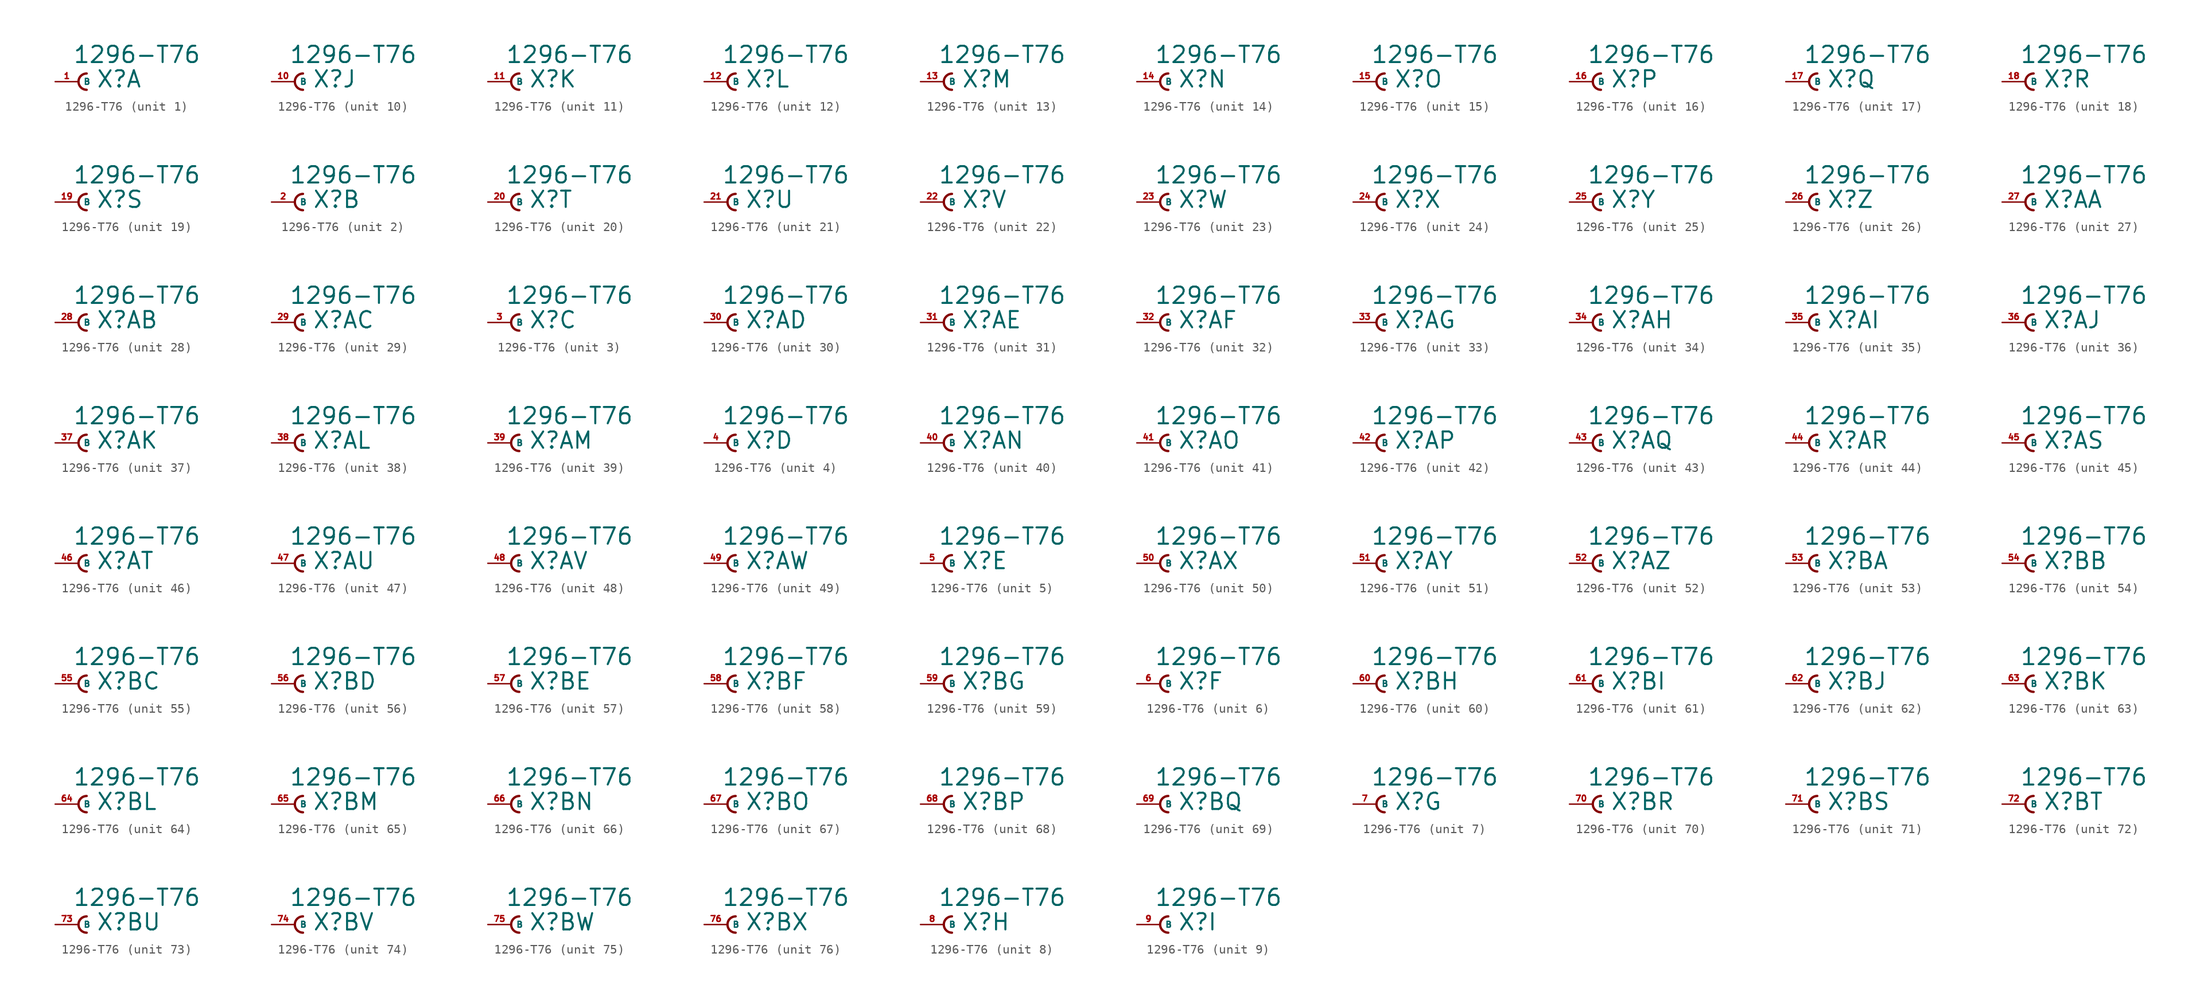
<source format=kicad_sym>
(kicad_symbol_lib
  (version 20220914)
  (generator Eagle2Kicad)
  (symbol "1296-T76"
    (property "Reference" "X"
      (at 1.905 -0.762 0)
      (effects (font (size 1.778 1.778) (thickness 0.22)) (justify left bottom)))
    (property "Value" "1296-T76"
      (at -0.635 1.905 0)
      (effects (font (size 1.778 1.778) (thickness 0.22)) (justify left bottom)))
    (symbol "1296-T76_1_0"
      (arc (start 0.889 0.889) (mid 0.000 0.000) (end 0.889 -0.889) (stroke (width 0.254) (type default)) (fill (type none)))
      (pin passive line (at -2.54 0 0) (length 2.54) (name "B" (effects (font (size 0.635 0.635) (thickness 0.08)) (justify left bottom))) (number "1" (effects (font (size 0.635 0.635) (thickness 0.08)) (justify left bottom)))))
    (symbol "1296-T76_2_0"
      (arc (start 0.889 0.889) (mid 0.000 0.000) (end 0.889 -0.889) (stroke (width 0.254) (type default)) (fill (type none)))
      (pin passive line (at -2.54 0 0) (length 2.54) (name "B" (effects (font (size 0.635 0.635) (thickness 0.08)) (justify left bottom))) (number "2" (effects (font (size 0.635 0.635) (thickness 0.08)) (justify left bottom)))))
    (symbol "1296-T76_3_0"
      (arc (start 0.889 0.889) (mid 0.000 0.000) (end 0.889 -0.889) (stroke (width 0.254) (type default)) (fill (type none)))
      (pin passive line (at -2.54 0 0) (length 2.54) (name "B" (effects (font (size 0.635 0.635) (thickness 0.08)) (justify left bottom))) (number "3" (effects (font (size 0.635 0.635) (thickness 0.08)) (justify left bottom)))))
    (symbol "1296-T76_4_0"
      (arc (start 0.889 0.889) (mid 0.000 0.000) (end 0.889 -0.889) (stroke (width 0.254) (type default)) (fill (type none)))
      (pin passive line (at -2.54 0 0) (length 2.54) (name "B" (effects (font (size 0.635 0.635) (thickness 0.08)) (justify left bottom))) (number "4" (effects (font (size 0.635 0.635) (thickness 0.08)) (justify left bottom)))))
    (symbol "1296-T76_5_0"
      (arc (start 0.889 0.889) (mid 0.000 0.000) (end 0.889 -0.889) (stroke (width 0.254) (type default)) (fill (type none)))
      (pin passive line (at -2.54 0 0) (length 2.54) (name "B" (effects (font (size 0.635 0.635) (thickness 0.08)) (justify left bottom))) (number "5" (effects (font (size 0.635 0.635) (thickness 0.08)) (justify left bottom)))))
    (symbol "1296-T76_6_0"
      (arc (start 0.889 0.889) (mid 0.000 0.000) (end 0.889 -0.889) (stroke (width 0.254) (type default)) (fill (type none)))
      (pin passive line (at -2.54 0 0) (length 2.54) (name "B" (effects (font (size 0.635 0.635) (thickness 0.08)) (justify left bottom))) (number "6" (effects (font (size 0.635 0.635) (thickness 0.08)) (justify left bottom)))))
    (symbol "1296-T76_7_0"
      (arc (start 0.889 0.889) (mid 0.000 0.000) (end 0.889 -0.889) (stroke (width 0.254) (type default)) (fill (type none)))
      (pin passive line (at -2.54 0 0) (length 2.54) (name "B" (effects (font (size 0.635 0.635) (thickness 0.08)) (justify left bottom))) (number "7" (effects (font (size 0.635 0.635) (thickness 0.08)) (justify left bottom)))))
    (symbol "1296-T76_8_0"
      (arc (start 0.889 0.889) (mid 0.000 0.000) (end 0.889 -0.889) (stroke (width 0.254) (type default)) (fill (type none)))
      (pin passive line (at -2.54 0 0) (length 2.54) (name "B" (effects (font (size 0.635 0.635) (thickness 0.08)) (justify left bottom))) (number "8" (effects (font (size 0.635 0.635) (thickness 0.08)) (justify left bottom)))))
    (symbol "1296-T76_9_0"
      (arc (start 0.889 0.889) (mid 0.000 0.000) (end 0.889 -0.889) (stroke (width 0.254) (type default)) (fill (type none)))
      (pin passive line (at -2.54 0 0) (length 2.54) (name "B" (effects (font (size 0.635 0.635) (thickness 0.08)) (justify left bottom))) (number "9" (effects (font (size 0.635 0.635) (thickness 0.08)) (justify left bottom)))))
    (symbol "1296-T76_10_0"
      (arc (start 0.889 0.889) (mid 0.000 0.000) (end 0.889 -0.889) (stroke (width 0.254) (type default)) (fill (type none)))
      (pin passive line (at -2.54 0 0) (length 2.54) (name "B" (effects (font (size 0.635 0.635) (thickness 0.08)) (justify left bottom))) (number "10" (effects (font (size 0.635 0.635) (thickness 0.08)) (justify left bottom)))))
    (symbol "1296-T76_11_0"
      (arc (start 0.889 0.889) (mid 0.000 0.000) (end 0.889 -0.889) (stroke (width 0.254) (type default)) (fill (type none)))
      (pin passive line (at -2.54 0 0) (length 2.54) (name "B" (effects (font (size 0.635 0.635) (thickness 0.08)) (justify left bottom))) (number "11" (effects (font (size 0.635 0.635) (thickness 0.08)) (justify left bottom)))))
    (symbol "1296-T76_12_0"
      (arc (start 0.889 0.889) (mid 0.000 0.000) (end 0.889 -0.889) (stroke (width 0.254) (type default)) (fill (type none)))
      (pin passive line (at -2.54 0 0) (length 2.54) (name "B" (effects (font (size 0.635 0.635) (thickness 0.08)) (justify left bottom))) (number "12" (effects (font (size 0.635 0.635) (thickness 0.08)) (justify left bottom)))))
    (symbol "1296-T76_13_0"
      (arc (start 0.889 0.889) (mid 0.000 0.000) (end 0.889 -0.889) (stroke (width 0.254) (type default)) (fill (type none)))
      (pin passive line (at -2.54 0 0) (length 2.54) (name "B" (effects (font (size 0.635 0.635) (thickness 0.08)) (justify left bottom))) (number "13" (effects (font (size 0.635 0.635) (thickness 0.08)) (justify left bottom)))))
    (symbol "1296-T76_14_0"
      (arc (start 0.889 0.889) (mid 0.000 0.000) (end 0.889 -0.889) (stroke (width 0.254) (type default)) (fill (type none)))
      (pin passive line (at -2.54 0 0) (length 2.54) (name "B" (effects (font (size 0.635 0.635) (thickness 0.08)) (justify left bottom))) (number "14" (effects (font (size 0.635 0.635) (thickness 0.08)) (justify left bottom)))))
    (symbol "1296-T76_15_0"
      (arc (start 0.889 0.889) (mid 0.000 0.000) (end 0.889 -0.889) (stroke (width 0.254) (type default)) (fill (type none)))
      (pin passive line (at -2.54 0 0) (length 2.54) (name "B" (effects (font (size 0.635 0.635) (thickness 0.08)) (justify left bottom))) (number "15" (effects (font (size 0.635 0.635) (thickness 0.08)) (justify left bottom)))))
    (symbol "1296-T76_16_0"
      (arc (start 0.889 0.889) (mid 0.000 0.000) (end 0.889 -0.889) (stroke (width 0.254) (type default)) (fill (type none)))
      (pin passive line (at -2.54 0 0) (length 2.54) (name "B" (effects (font (size 0.635 0.635) (thickness 0.08)) (justify left bottom))) (number "16" (effects (font (size 0.635 0.635) (thickness 0.08)) (justify left bottom)))))
    (symbol "1296-T76_17_0"
      (arc (start 0.889 0.889) (mid 0.000 0.000) (end 0.889 -0.889) (stroke (width 0.254) (type default)) (fill (type none)))
      (pin passive line (at -2.54 0 0) (length 2.54) (name "B" (effects (font (size 0.635 0.635) (thickness 0.08)) (justify left bottom))) (number "17" (effects (font (size 0.635 0.635) (thickness 0.08)) (justify left bottom)))))
    (symbol "1296-T76_18_0"
      (arc (start 0.889 0.889) (mid 0.000 0.000) (end 0.889 -0.889) (stroke (width 0.254) (type default)) (fill (type none)))
      (pin passive line (at -2.54 0 0) (length 2.54) (name "B" (effects (font (size 0.635 0.635) (thickness 0.08)) (justify left bottom))) (number "18" (effects (font (size 0.635 0.635) (thickness 0.08)) (justify left bottom)))))
    (symbol "1296-T76_19_0"
      (arc (start 0.889 0.889) (mid 0.000 0.000) (end 0.889 -0.889) (stroke (width 0.254) (type default)) (fill (type none)))
      (pin passive line (at -2.54 0 0) (length 2.54) (name "B" (effects (font (size 0.635 0.635) (thickness 0.08)) (justify left bottom))) (number "19" (effects (font (size 0.635 0.635) (thickness 0.08)) (justify left bottom)))))
    (symbol "1296-T76_20_0"
      (arc (start 0.889 0.889) (mid 0.000 0.000) (end 0.889 -0.889) (stroke (width 0.254) (type default)) (fill (type none)))
      (pin passive line (at -2.54 0 0) (length 2.54) (name "B" (effects (font (size 0.635 0.635) (thickness 0.08)) (justify left bottom))) (number "20" (effects (font (size 0.635 0.635) (thickness 0.08)) (justify left bottom)))))
    (symbol "1296-T76_21_0"
      (arc (start 0.889 0.889) (mid 0.000 0.000) (end 0.889 -0.889) (stroke (width 0.254) (type default)) (fill (type none)))
      (pin passive line (at -2.54 0 0) (length 2.54) (name "B" (effects (font (size 0.635 0.635) (thickness 0.08)) (justify left bottom))) (number "21" (effects (font (size 0.635 0.635) (thickness 0.08)) (justify left bottom)))))
    (symbol "1296-T76_22_0"
      (arc (start 0.889 0.889) (mid 0.000 0.000) (end 0.889 -0.889) (stroke (width 0.254) (type default)) (fill (type none)))
      (pin passive line (at -2.54 0 0) (length 2.54) (name "B" (effects (font (size 0.635 0.635) (thickness 0.08)) (justify left bottom))) (number "22" (effects (font (size 0.635 0.635) (thickness 0.08)) (justify left bottom)))))
    (symbol "1296-T76_23_0"
      (arc (start 0.889 0.889) (mid 0.000 0.000) (end 0.889 -0.889) (stroke (width 0.254) (type default)) (fill (type none)))
      (pin passive line (at -2.54 0 0) (length 2.54) (name "B" (effects (font (size 0.635 0.635) (thickness 0.08)) (justify left bottom))) (number "23" (effects (font (size 0.635 0.635) (thickness 0.08)) (justify left bottom)))))
    (symbol "1296-T76_24_0"
      (arc (start 0.889 0.889) (mid 0.000 0.000) (end 0.889 -0.889) (stroke (width 0.254) (type default)) (fill (type none)))
      (pin passive line (at -2.54 0 0) (length 2.54) (name "B" (effects (font (size 0.635 0.635) (thickness 0.08)) (justify left bottom))) (number "24" (effects (font (size 0.635 0.635) (thickness 0.08)) (justify left bottom)))))
    (symbol "1296-T76_25_0"
      (arc (start 0.889 0.889) (mid 0.000 0.000) (end 0.889 -0.889) (stroke (width 0.254) (type default)) (fill (type none)))
      (pin passive line (at -2.54 0 0) (length 2.54) (name "B" (effects (font (size 0.635 0.635) (thickness 0.08)) (justify left bottom))) (number "25" (effects (font (size 0.635 0.635) (thickness 0.08)) (justify left bottom)))))
    (symbol "1296-T76_26_0"
      (arc (start 0.889 0.889) (mid 0.000 0.000) (end 0.889 -0.889) (stroke (width 0.254) (type default)) (fill (type none)))
      (pin passive line (at -2.54 0 0) (length 2.54) (name "B" (effects (font (size 0.635 0.635) (thickness 0.08)) (justify left bottom))) (number "26" (effects (font (size 0.635 0.635) (thickness 0.08)) (justify left bottom)))))
    (symbol "1296-T76_27_0"
      (arc (start 0.889 0.889) (mid 0.000 0.000) (end 0.889 -0.889) (stroke (width 0.254) (type default)) (fill (type none)))
      (pin passive line (at -2.54 0 0) (length 2.54) (name "B" (effects (font (size 0.635 0.635) (thickness 0.08)) (justify left bottom))) (number "27" (effects (font (size 0.635 0.635) (thickness 0.08)) (justify left bottom)))))
    (symbol "1296-T76_28_0"
      (arc (start 0.889 0.889) (mid 0.000 0.000) (end 0.889 -0.889) (stroke (width 0.254) (type default)) (fill (type none)))
      (pin passive line (at -2.54 0 0) (length 2.54) (name "B" (effects (font (size 0.635 0.635) (thickness 0.08)) (justify left bottom))) (number "28" (effects (font (size 0.635 0.635) (thickness 0.08)) (justify left bottom)))))
    (symbol "1296-T76_29_0"
      (arc (start 0.889 0.889) (mid 0.000 0.000) (end 0.889 -0.889) (stroke (width 0.254) (type default)) (fill (type none)))
      (pin passive line (at -2.54 0 0) (length 2.54) (name "B" (effects (font (size 0.635 0.635) (thickness 0.08)) (justify left bottom))) (number "29" (effects (font (size 0.635 0.635) (thickness 0.08)) (justify left bottom)))))
    (symbol "1296-T76_30_0"
      (arc (start 0.889 0.889) (mid 0.000 0.000) (end 0.889 -0.889) (stroke (width 0.254) (type default)) (fill (type none)))
      (pin passive line (at -2.54 0 0) (length 2.54) (name "B" (effects (font (size 0.635 0.635) (thickness 0.08)) (justify left bottom))) (number "30" (effects (font (size 0.635 0.635) (thickness 0.08)) (justify left bottom)))))
    (symbol "1296-T76_31_0"
      (arc (start 0.889 0.889) (mid 0.000 0.000) (end 0.889 -0.889) (stroke (width 0.254) (type default)) (fill (type none)))
      (pin passive line (at -2.54 0 0) (length 2.54) (name "B" (effects (font (size 0.635 0.635) (thickness 0.08)) (justify left bottom))) (number "31" (effects (font (size 0.635 0.635) (thickness 0.08)) (justify left bottom)))))
    (symbol "1296-T76_32_0"
      (arc (start 0.889 0.889) (mid 0.000 0.000) (end 0.889 -0.889) (stroke (width 0.254) (type default)) (fill (type none)))
      (pin passive line (at -2.54 0 0) (length 2.54) (name "B" (effects (font (size 0.635 0.635) (thickness 0.08)) (justify left bottom))) (number "32" (effects (font (size 0.635 0.635) (thickness 0.08)) (justify left bottom)))))
    (symbol "1296-T76_33_0"
      (arc (start 0.889 0.889) (mid 0.000 0.000) (end 0.889 -0.889) (stroke (width 0.254) (type default)) (fill (type none)))
      (pin passive line (at -2.54 0 0) (length 2.54) (name "B" (effects (font (size 0.635 0.635) (thickness 0.08)) (justify left bottom))) (number "33" (effects (font (size 0.635 0.635) (thickness 0.08)) (justify left bottom)))))
    (symbol "1296-T76_34_0"
      (arc (start 0.889 0.889) (mid 0.000 0.000) (end 0.889 -0.889) (stroke (width 0.254) (type default)) (fill (type none)))
      (pin passive line (at -2.54 0 0) (length 2.54) (name "B" (effects (font (size 0.635 0.635) (thickness 0.08)) (justify left bottom))) (number "34" (effects (font (size 0.635 0.635) (thickness 0.08)) (justify left bottom)))))
    (symbol "1296-T76_35_0"
      (arc (start 0.889 0.889) (mid 0.000 0.000) (end 0.889 -0.889) (stroke (width 0.254) (type default)) (fill (type none)))
      (pin passive line (at -2.54 0 0) (length 2.54) (name "B" (effects (font (size 0.635 0.635) (thickness 0.08)) (justify left bottom))) (number "35" (effects (font (size 0.635 0.635) (thickness 0.08)) (justify left bottom)))))
    (symbol "1296-T76_36_0"
      (arc (start 0.889 0.889) (mid 0.000 0.000) (end 0.889 -0.889) (stroke (width 0.254) (type default)) (fill (type none)))
      (pin passive line (at -2.54 0 0) (length 2.54) (name "B" (effects (font (size 0.635 0.635) (thickness 0.08)) (justify left bottom))) (number "36" (effects (font (size 0.635 0.635) (thickness 0.08)) (justify left bottom)))))
    (symbol "1296-T76_37_0"
      (arc (start 0.889 0.889) (mid 0.000 0.000) (end 0.889 -0.889) (stroke (width 0.254) (type default)) (fill (type none)))
      (pin passive line (at -2.54 0 0) (length 2.54) (name "B" (effects (font (size 0.635 0.635) (thickness 0.08)) (justify left bottom))) (number "37" (effects (font (size 0.635 0.635) (thickness 0.08)) (justify left bottom)))))
    (symbol "1296-T76_38_0"
      (arc (start 0.889 0.889) (mid 0.000 0.000) (end 0.889 -0.889) (stroke (width 0.254) (type default)) (fill (type none)))
      (pin passive line (at -2.54 0 0) (length 2.54) (name "B" (effects (font (size 0.635 0.635) (thickness 0.08)) (justify left bottom))) (number "38" (effects (font (size 0.635 0.635) (thickness 0.08)) (justify left bottom)))))
    (symbol "1296-T76_39_0"
      (arc (start 0.889 0.889) (mid 0.000 0.000) (end 0.889 -0.889) (stroke (width 0.254) (type default)) (fill (type none)))
      (pin passive line (at -2.54 0 0) (length 2.54) (name "B" (effects (font (size 0.635 0.635) (thickness 0.08)) (justify left bottom))) (number "39" (effects (font (size 0.635 0.635) (thickness 0.08)) (justify left bottom)))))
    (symbol "1296-T76_40_0"
      (arc (start 0.889 0.889) (mid 0.000 0.000) (end 0.889 -0.889) (stroke (width 0.254) (type default)) (fill (type none)))
      (pin passive line (at -2.54 0 0) (length 2.54) (name "B" (effects (font (size 0.635 0.635) (thickness 0.08)) (justify left bottom))) (number "40" (effects (font (size 0.635 0.635) (thickness 0.08)) (justify left bottom)))))
    (symbol "1296-T76_41_0"
      (arc (start 0.889 0.889) (mid 0.000 0.000) (end 0.889 -0.889) (stroke (width 0.254) (type default)) (fill (type none)))
      (pin passive line (at -2.54 0 0) (length 2.54) (name "B" (effects (font (size 0.635 0.635) (thickness 0.08)) (justify left bottom))) (number "41" (effects (font (size 0.635 0.635) (thickness 0.08)) (justify left bottom)))))
    (symbol "1296-T76_42_0"
      (arc (start 0.889 0.889) (mid 0.000 0.000) (end 0.889 -0.889) (stroke (width 0.254) (type default)) (fill (type none)))
      (pin passive line (at -2.54 0 0) (length 2.54) (name "B" (effects (font (size 0.635 0.635) (thickness 0.08)) (justify left bottom))) (number "42" (effects (font (size 0.635 0.635) (thickness 0.08)) (justify left bottom)))))
    (symbol "1296-T76_43_0"
      (arc (start 0.889 0.889) (mid 0.000 0.000) (end 0.889 -0.889) (stroke (width 0.254) (type default)) (fill (type none)))
      (pin passive line (at -2.54 0 0) (length 2.54) (name "B" (effects (font (size 0.635 0.635) (thickness 0.08)) (justify left bottom))) (number "43" (effects (font (size 0.635 0.635) (thickness 0.08)) (justify left bottom)))))
    (symbol "1296-T76_44_0"
      (arc (start 0.889 0.889) (mid 0.000 0.000) (end 0.889 -0.889) (stroke (width 0.254) (type default)) (fill (type none)))
      (pin passive line (at -2.54 0 0) (length 2.54) (name "B" (effects (font (size 0.635 0.635) (thickness 0.08)) (justify left bottom))) (number "44" (effects (font (size 0.635 0.635) (thickness 0.08)) (justify left bottom)))))
    (symbol "1296-T76_45_0"
      (arc (start 0.889 0.889) (mid 0.000 0.000) (end 0.889 -0.889) (stroke (width 0.254) (type default)) (fill (type none)))
      (pin passive line (at -2.54 0 0) (length 2.54) (name "B" (effects (font (size 0.635 0.635) (thickness 0.08)) (justify left bottom))) (number "45" (effects (font (size 0.635 0.635) (thickness 0.08)) (justify left bottom)))))
    (symbol "1296-T76_46_0"
      (arc (start 0.889 0.889) (mid 0.000 0.000) (end 0.889 -0.889) (stroke (width 0.254) (type default)) (fill (type none)))
      (pin passive line (at -2.54 0 0) (length 2.54) (name "B" (effects (font (size 0.635 0.635) (thickness 0.08)) (justify left bottom))) (number "46" (effects (font (size 0.635 0.635) (thickness 0.08)) (justify left bottom)))))
    (symbol "1296-T76_47_0"
      (arc (start 0.889 0.889) (mid 0.000 0.000) (end 0.889 -0.889) (stroke (width 0.254) (type default)) (fill (type none)))
      (pin passive line (at -2.54 0 0) (length 2.54) (name "B" (effects (font (size 0.635 0.635) (thickness 0.08)) (justify left bottom))) (number "47" (effects (font (size 0.635 0.635) (thickness 0.08)) (justify left bottom)))))
    (symbol "1296-T76_48_0"
      (arc (start 0.889 0.889) (mid 0.000 0.000) (end 0.889 -0.889) (stroke (width 0.254) (type default)) (fill (type none)))
      (pin passive line (at -2.54 0 0) (length 2.54) (name "B" (effects (font (size 0.635 0.635) (thickness 0.08)) (justify left bottom))) (number "48" (effects (font (size 0.635 0.635) (thickness 0.08)) (justify left bottom)))))
    (symbol "1296-T76_49_0"
      (arc (start 0.889 0.889) (mid 0.000 0.000) (end 0.889 -0.889) (stroke (width 0.254) (type default)) (fill (type none)))
      (pin passive line (at -2.54 0 0) (length 2.54) (name "B" (effects (font (size 0.635 0.635) (thickness 0.08)) (justify left bottom))) (number "49" (effects (font (size 0.635 0.635) (thickness 0.08)) (justify left bottom)))))
    (symbol "1296-T76_50_0"
      (arc (start 0.889 0.889) (mid 0.000 0.000) (end 0.889 -0.889) (stroke (width 0.254) (type default)) (fill (type none)))
      (pin passive line (at -2.54 0 0) (length 2.54) (name "B" (effects (font (size 0.635 0.635) (thickness 0.08)) (justify left bottom))) (number "50" (effects (font (size 0.635 0.635) (thickness 0.08)) (justify left bottom)))))
    (symbol "1296-T76_51_0"
      (arc (start 0.889 0.889) (mid 0.000 0.000) (end 0.889 -0.889) (stroke (width 0.254) (type default)) (fill (type none)))
      (pin passive line (at -2.54 0 0) (length 2.54) (name "B" (effects (font (size 0.635 0.635) (thickness 0.08)) (justify left bottom))) (number "51" (effects (font (size 0.635 0.635) (thickness 0.08)) (justify left bottom)))))
    (symbol "1296-T76_52_0"
      (arc (start 0.889 0.889) (mid 0.000 0.000) (end 0.889 -0.889) (stroke (width 0.254) (type default)) (fill (type none)))
      (pin passive line (at -2.54 0 0) (length 2.54) (name "B" (effects (font (size 0.635 0.635) (thickness 0.08)) (justify left bottom))) (number "52" (effects (font (size 0.635 0.635) (thickness 0.08)) (justify left bottom)))))
    (symbol "1296-T76_53_0"
      (arc (start 0.889 0.889) (mid 0.000 0.000) (end 0.889 -0.889) (stroke (width 0.254) (type default)) (fill (type none)))
      (pin passive line (at -2.54 0 0) (length 2.54) (name "B" (effects (font (size 0.635 0.635) (thickness 0.08)) (justify left bottom))) (number "53" (effects (font (size 0.635 0.635) (thickness 0.08)) (justify left bottom)))))
    (symbol "1296-T76_54_0"
      (arc (start 0.889 0.889) (mid 0.000 0.000) (end 0.889 -0.889) (stroke (width 0.254) (type default)) (fill (type none)))
      (pin passive line (at -2.54 0 0) (length 2.54) (name "B" (effects (font (size 0.635 0.635) (thickness 0.08)) (justify left bottom))) (number "54" (effects (font (size 0.635 0.635) (thickness 0.08)) (justify left bottom)))))
    (symbol "1296-T76_55_0"
      (arc (start 0.889 0.889) (mid 0.000 0.000) (end 0.889 -0.889) (stroke (width 0.254) (type default)) (fill (type none)))
      (pin passive line (at -2.54 0 0) (length 2.54) (name "B" (effects (font (size 0.635 0.635) (thickness 0.08)) (justify left bottom))) (number "55" (effects (font (size 0.635 0.635) (thickness 0.08)) (justify left bottom)))))
    (symbol "1296-T76_56_0"
      (arc (start 0.889 0.889) (mid 0.000 0.000) (end 0.889 -0.889) (stroke (width 0.254) (type default)) (fill (type none)))
      (pin passive line (at -2.54 0 0) (length 2.54) (name "B" (effects (font (size 0.635 0.635) (thickness 0.08)) (justify left bottom))) (number "56" (effects (font (size 0.635 0.635) (thickness 0.08)) (justify left bottom)))))
    (symbol "1296-T76_57_0"
      (arc (start 0.889 0.889) (mid 0.000 0.000) (end 0.889 -0.889) (stroke (width 0.254) (type default)) (fill (type none)))
      (pin passive line (at -2.54 0 0) (length 2.54) (name "B" (effects (font (size 0.635 0.635) (thickness 0.08)) (justify left bottom))) (number "57" (effects (font (size 0.635 0.635) (thickness 0.08)) (justify left bottom)))))
    (symbol "1296-T76_58_0"
      (arc (start 0.889 0.889) (mid 0.000 0.000) (end 0.889 -0.889) (stroke (width 0.254) (type default)) (fill (type none)))
      (pin passive line (at -2.54 0 0) (length 2.54) (name "B" (effects (font (size 0.635 0.635) (thickness 0.08)) (justify left bottom))) (number "58" (effects (font (size 0.635 0.635) (thickness 0.08)) (justify left bottom)))))
    (symbol "1296-T76_59_0"
      (arc (start 0.889 0.889) (mid 0.000 0.000) (end 0.889 -0.889) (stroke (width 0.254) (type default)) (fill (type none)))
      (pin passive line (at -2.54 0 0) (length 2.54) (name "B" (effects (font (size 0.635 0.635) (thickness 0.08)) (justify left bottom))) (number "59" (effects (font (size 0.635 0.635) (thickness 0.08)) (justify left bottom)))))
    (symbol "1296-T76_60_0"
      (arc (start 0.889 0.889) (mid 0.000 0.000) (end 0.889 -0.889) (stroke (width 0.254) (type default)) (fill (type none)))
      (pin passive line (at -2.54 0 0) (length 2.54) (name "B" (effects (font (size 0.635 0.635) (thickness 0.08)) (justify left bottom))) (number "60" (effects (font (size 0.635 0.635) (thickness 0.08)) (justify left bottom)))))
    (symbol "1296-T76_61_0"
      (arc (start 0.889 0.889) (mid 0.000 0.000) (end 0.889 -0.889) (stroke (width 0.254) (type default)) (fill (type none)))
      (pin passive line (at -2.54 0 0) (length 2.54) (name "B" (effects (font (size 0.635 0.635) (thickness 0.08)) (justify left bottom))) (number "61" (effects (font (size 0.635 0.635) (thickness 0.08)) (justify left bottom)))))
    (symbol "1296-T76_62_0"
      (arc (start 0.889 0.889) (mid 0.000 0.000) (end 0.889 -0.889) (stroke (width 0.254) (type default)) (fill (type none)))
      (pin passive line (at -2.54 0 0) (length 2.54) (name "B" (effects (font (size 0.635 0.635) (thickness 0.08)) (justify left bottom))) (number "62" (effects (font (size 0.635 0.635) (thickness 0.08)) (justify left bottom)))))
    (symbol "1296-T76_63_0"
      (arc (start 0.889 0.889) (mid 0.000 0.000) (end 0.889 -0.889) (stroke (width 0.254) (type default)) (fill (type none)))
      (pin passive line (at -2.54 0 0) (length 2.54) (name "B" (effects (font (size 0.635 0.635) (thickness 0.08)) (justify left bottom))) (number "63" (effects (font (size 0.635 0.635) (thickness 0.08)) (justify left bottom)))))
    (symbol "1296-T76_64_0"
      (arc (start 0.889 0.889) (mid 0.000 0.000) (end 0.889 -0.889) (stroke (width 0.254) (type default)) (fill (type none)))
      (pin passive line (at -2.54 0 0) (length 2.54) (name "B" (effects (font (size 0.635 0.635) (thickness 0.08)) (justify left bottom))) (number "64" (effects (font (size 0.635 0.635) (thickness 0.08)) (justify left bottom)))))
    (symbol "1296-T76_65_0"
      (arc (start 0.889 0.889) (mid 0.000 0.000) (end 0.889 -0.889) (stroke (width 0.254) (type default)) (fill (type none)))
      (pin passive line (at -2.54 0 0) (length 2.54) (name "B" (effects (font (size 0.635 0.635) (thickness 0.08)) (justify left bottom))) (number "65" (effects (font (size 0.635 0.635) (thickness 0.08)) (justify left bottom)))))
    (symbol "1296-T76_66_0"
      (arc (start 0.889 0.889) (mid 0.000 0.000) (end 0.889 -0.889) (stroke (width 0.254) (type default)) (fill (type none)))
      (pin passive line (at -2.54 0 0) (length 2.54) (name "B" (effects (font (size 0.635 0.635) (thickness 0.08)) (justify left bottom))) (number "66" (effects (font (size 0.635 0.635) (thickness 0.08)) (justify left bottom)))))
    (symbol "1296-T76_67_0"
      (arc (start 0.889 0.889) (mid 0.000 0.000) (end 0.889 -0.889) (stroke (width 0.254) (type default)) (fill (type none)))
      (pin passive line (at -2.54 0 0) (length 2.54) (name "B" (effects (font (size 0.635 0.635) (thickness 0.08)) (justify left bottom))) (number "67" (effects (font (size 0.635 0.635) (thickness 0.08)) (justify left bottom)))))
    (symbol "1296-T76_68_0"
      (arc (start 0.889 0.889) (mid 0.000 0.000) (end 0.889 -0.889) (stroke (width 0.254) (type default)) (fill (type none)))
      (pin passive line (at -2.54 0 0) (length 2.54) (name "B" (effects (font (size 0.635 0.635) (thickness 0.08)) (justify left bottom))) (number "68" (effects (font (size 0.635 0.635) (thickness 0.08)) (justify left bottom)))))
    (symbol "1296-T76_69_0"
      (arc (start 0.889 0.889) (mid 0.000 0.000) (end 0.889 -0.889) (stroke (width 0.254) (type default)) (fill (type none)))
      (pin passive line (at -2.54 0 0) (length 2.54) (name "B" (effects (font (size 0.635 0.635) (thickness 0.08)) (justify left bottom))) (number "69" (effects (font (size 0.635 0.635) (thickness 0.08)) (justify left bottom)))))
    (symbol "1296-T76_70_0"
      (arc (start 0.889 0.889) (mid 0.000 0.000) (end 0.889 -0.889) (stroke (width 0.254) (type default)) (fill (type none)))
      (pin passive line (at -2.54 0 0) (length 2.54) (name "B" (effects (font (size 0.635 0.635) (thickness 0.08)) (justify left bottom))) (number "70" (effects (font (size 0.635 0.635) (thickness 0.08)) (justify left bottom)))))
    (symbol "1296-T76_71_0"
      (arc (start 0.889 0.889) (mid 0.000 0.000) (end 0.889 -0.889) (stroke (width 0.254) (type default)) (fill (type none)))
      (pin passive line (at -2.54 0 0) (length 2.54) (name "B" (effects (font (size 0.635 0.635) (thickness 0.08)) (justify left bottom))) (number "71" (effects (font (size 0.635 0.635) (thickness 0.08)) (justify left bottom)))))
    (symbol "1296-T76_72_0"
      (arc (start 0.889 0.889) (mid 0.000 0.000) (end 0.889 -0.889) (stroke (width 0.254) (type default)) (fill (type none)))
      (pin passive line (at -2.54 0 0) (length 2.54) (name "B" (effects (font (size 0.635 0.635) (thickness 0.08)) (justify left bottom))) (number "72" (effects (font (size 0.635 0.635) (thickness 0.08)) (justify left bottom)))))
    (symbol "1296-T76_73_0"
      (arc (start 0.889 0.889) (mid 0.000 0.000) (end 0.889 -0.889) (stroke (width 0.254) (type default)) (fill (type none)))
      (pin passive line (at -2.54 0 0) (length 2.54) (name "B" (effects (font (size 0.635 0.635) (thickness 0.08)) (justify left bottom))) (number "73" (effects (font (size 0.635 0.635) (thickness 0.08)) (justify left bottom)))))
    (symbol "1296-T76_74_0"
      (arc (start 0.889 0.889) (mid 0.000 0.000) (end 0.889 -0.889) (stroke (width 0.254) (type default)) (fill (type none)))
      (pin passive line (at -2.54 0 0) (length 2.54) (name "B" (effects (font (size 0.635 0.635) (thickness 0.08)) (justify left bottom))) (number "74" (effects (font (size 0.635 0.635) (thickness 0.08)) (justify left bottom)))))
    (symbol "1296-T76_75_0"
      (arc (start 0.889 0.889) (mid 0.000 0.000) (end 0.889 -0.889) (stroke (width 0.254) (type default)) (fill (type none)))
      (pin passive line (at -2.54 0 0) (length 2.54) (name "B" (effects (font (size 0.635 0.635) (thickness 0.08)) (justify left bottom))) (number "75" (effects (font (size 0.635 0.635) (thickness 0.08)) (justify left bottom)))))
    (symbol "1296-T76_76_0"
      (arc (start 0.889 0.889) (mid 0.000 0.000) (end 0.889 -0.889) (stroke (width 0.254) (type default)) (fill (type none)))
      (pin passive line (at -2.54 0 0) (length 2.54) (name "B" (effects (font (size 0.635 0.635) (thickness 0.08)) (justify left bottom))) (number "76" (effects (font (size 0.635 0.635) (thickness 0.08)) (justify left bottom)))))))
</source>
